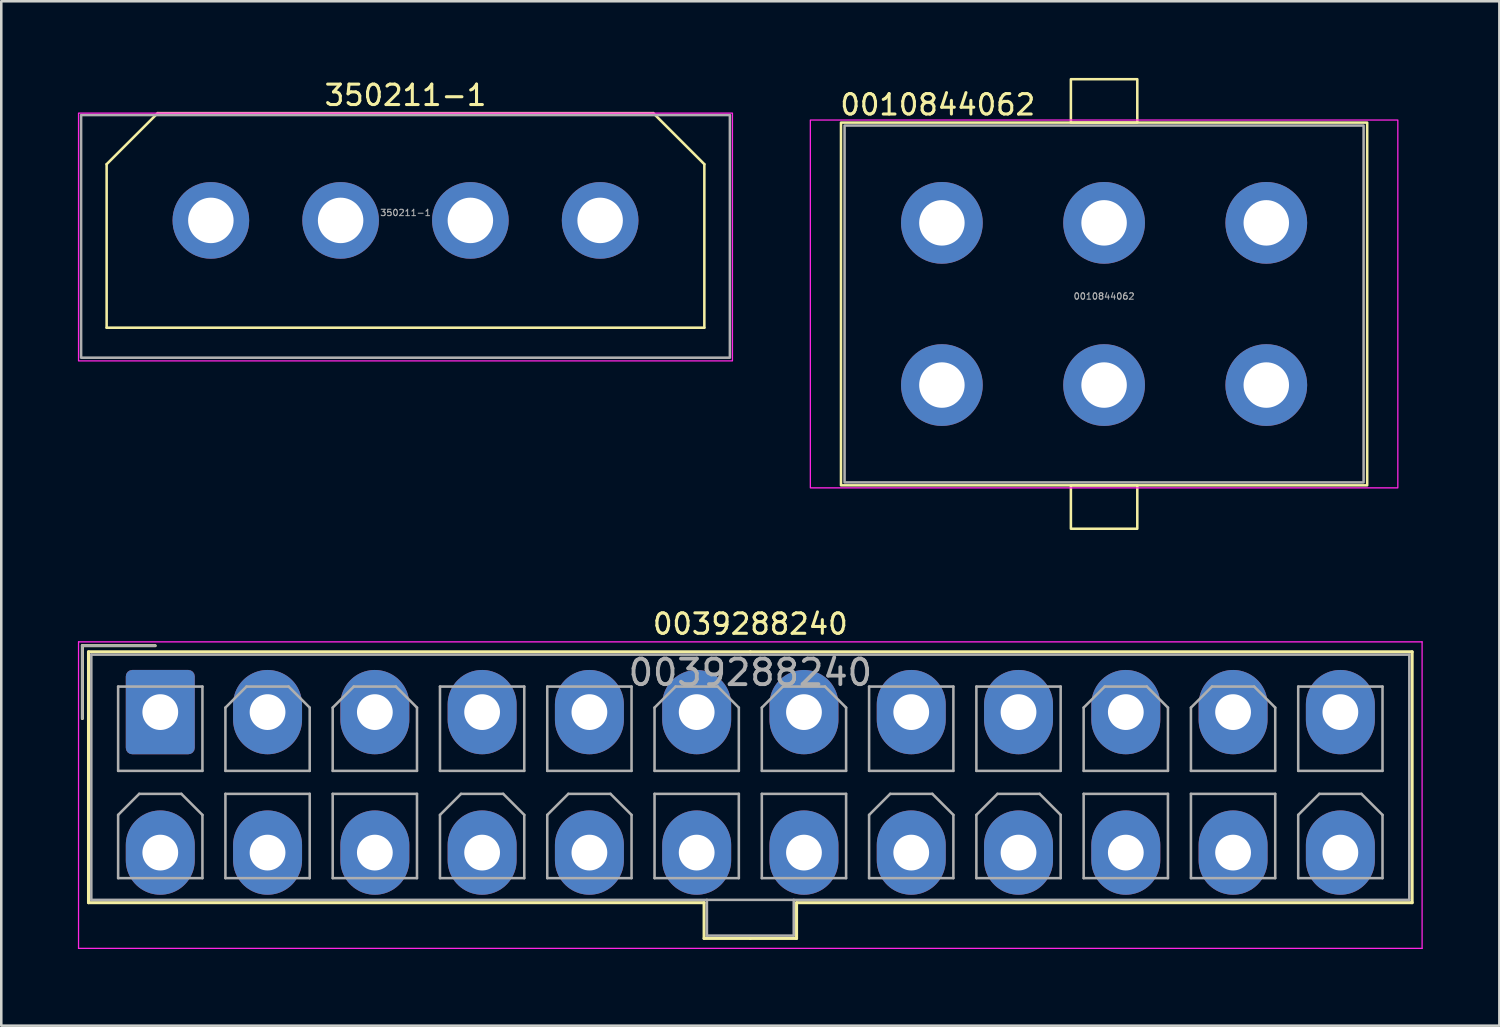
<source format=kicad_pcb>
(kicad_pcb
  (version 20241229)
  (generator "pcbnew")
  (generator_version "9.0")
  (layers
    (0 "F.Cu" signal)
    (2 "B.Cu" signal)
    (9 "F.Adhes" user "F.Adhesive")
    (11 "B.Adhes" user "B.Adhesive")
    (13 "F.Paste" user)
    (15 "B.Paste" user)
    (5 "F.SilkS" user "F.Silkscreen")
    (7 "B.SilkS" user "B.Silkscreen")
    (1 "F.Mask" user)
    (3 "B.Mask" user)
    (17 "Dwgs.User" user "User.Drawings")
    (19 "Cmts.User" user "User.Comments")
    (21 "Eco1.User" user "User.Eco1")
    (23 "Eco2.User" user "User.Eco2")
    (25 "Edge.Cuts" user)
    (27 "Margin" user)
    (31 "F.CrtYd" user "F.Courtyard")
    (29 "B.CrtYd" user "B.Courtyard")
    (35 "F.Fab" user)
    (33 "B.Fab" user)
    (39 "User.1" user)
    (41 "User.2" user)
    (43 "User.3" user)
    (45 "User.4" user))
  (footprint "0010844062"
    (layer "F.Cu")
    (at 40.175 8.85)
    (property "Reference" "0010844062" (at -10.4 -7.8 0) (unlocked yes) (layer "F.SilkS") (effects (font (size 0.8 0.8) (thickness 0.12)) (justify left)))
    (attr through_hole)
    (fp_rect (start -10.3 -7.1) (end 10.3 7.1) (stroke (width 0.1) (type default)) (fill no) (layer "F.SilkS"))
    (fp_rect (start -1.3 -8.8) (end 1.3 -7.1) (stroke (width 0.1) (type default)) (fill no) (layer "F.SilkS"))
    (fp_rect (start -1.3 7.1) (end 1.3 8.8) (stroke (width 0.1) (type default)) (fill no) (layer "F.SilkS"))
    (fp_rect (start -11.5 -7.2) (end 11.5 7.2) (stroke (width 0.05) (type default)) (fill no) (layer "F.CrtYd"))
    (fp_rect (start -10.16 -6.985) (end 10.16 6.985) (stroke (width 0.1) (type default)) (fill no) (layer "F.Fab"))
    (fp_text user "${REFERENCE}" (at 0 -0.3 0) (unlocked yes) (layer "F.Fab") (effects (font (size 0.25 0.25) (thickness 0.04))))
    (pad "1" thru_hole circle (at -6.35 3.175) (size 3.2 3.2) (drill 1.78) (layers "*.Cu" "*.Mask"))
    (pad "2" thru_hole circle (at -6.35 -3.175) (size 3.2 3.2) (drill 1.78) (layers "*.Cu" "*.Mask"))
    (pad "3" thru_hole circle (at 0 3.175) (size 3.2 3.2) (drill 1.78) (layers "*.Cu" "*.Mask"))
    (pad "4" thru_hole circle (at 0 -3.175) (size 3.2 3.2) (drill 1.78) (layers "*.Cu" "*.Mask"))
    (pad "5" thru_hole circle (at 6.35 3.175) (size 3.2 3.2) (drill 1.78) (layers "*.Cu" "*.Mask"))
    (pad "6" thru_hole circle (at 6.35 -3.175) (size 3.2 3.2) (drill 1.78) (layers "*.Cu" "*.Mask")))
  (footprint "0039288240"
    (layer "F.Cu")
    (at 3.225 24.829)
    (property "Reference" "0039288240" (at 23.1 -3.45 0) (layer "F.SilkS") (effects (font (size 0.8 0.8) (thickness 0.12))))
    (attr through_hole)
    (fp_line (start -3.05 -2.6) (end -3.05 0.25) (stroke (width 0.12) (type solid)) (layer "F.SilkS"))
    (fp_line (start -2.81 -2.36) (end -2.81 7.46) (stroke (width 0.12) (type solid)) (layer "F.SilkS"))
    (fp_line (start -2.81 7.46) (end 21.29 7.46) (stroke (width 0.12) (type solid)) (layer "F.SilkS"))
    (fp_line (start -0.2 -2.6) (end -3.05 -2.6) (stroke (width 0.12) (type solid)) (layer "F.SilkS"))
    (fp_line (start 21.29 7.46) (end 21.29 8.86) (stroke (width 0.12) (type solid)) (layer "F.SilkS"))
    (fp_line (start 21.29 8.86) (end 23.1 8.86) (stroke (width 0.12) (type solid)) (layer "F.SilkS"))
    (fp_line (start 23.1 -2.36) (end -2.81 -2.36) (stroke (width 0.12) (type solid)) (layer "F.SilkS"))
    (fp_line (start 23.1 -2.36) (end 49.01 -2.36) (stroke (width 0.12) (type solid)) (layer "F.SilkS"))
    (fp_line (start 24.91 7.46) (end 24.91 8.86) (stroke (width 0.12) (type solid)) (layer "F.SilkS"))
    (fp_line (start 24.91 8.86) (end 23.1 8.86) (stroke (width 0.12) (type solid)) (layer "F.SilkS"))
    (fp_line (start 49.01 -2.36) (end 49.01 7.46) (stroke (width 0.12) (type solid)) (layer "F.SilkS"))
    (fp_line (start 49.01 7.46) (end 24.91 7.46) (stroke (width 0.12) (type solid)) (layer "F.SilkS"))
    (fp_line (start -3.2 -2.75) (end -3.2 9.25) (stroke (width 0.05) (type solid)) (layer "F.CrtYd"))
    (fp_line (start -3.2 9.25) (end 49.4 9.25) (stroke (width 0.05) (type solid)) (layer "F.CrtYd"))
    (fp_line (start 49.4 -2.75) (end -3.2 -2.75) (stroke (width 0.05) (type solid)) (layer "F.CrtYd"))
    (fp_line (start 49.4 9.25) (end 49.4 -2.75) (stroke (width 0.05) (type solid)) (layer "F.CrtYd"))
    (fp_line (start -3.05 -2.6) (end -3.05 0.25) (stroke (width 0.1) (type solid)) (layer "F.Fab"))
    (fp_line (start -2.7 -2.25) (end -2.7 7.35) (stroke (width 0.1) (type solid)) (layer "F.Fab"))
    (fp_line (start -2.7 7.35) (end 48.9 7.35) (stroke (width 0.1) (type solid)) (layer "F.Fab"))
    (fp_line (start -1.65 -1) (end -1.65 2.3) (stroke (width 0.1) (type solid)) (layer "F.Fab"))
    (fp_line (start -1.65 2.3) (end 1.65 2.3) (stroke (width 0.1) (type solid)) (layer "F.Fab"))
    (fp_line (start -1.65 4.025) (end -0.825 3.2) (stroke (width 0.1) (type solid)) (layer "F.Fab"))
    (fp_line (start -1.65 6.5) (end -1.65 4.025) (stroke (width 0.1) (type solid)) (layer "F.Fab"))
    (fp_line (start -0.825 3.2) (end 0.825 3.2) (stroke (width 0.1) (type solid)) (layer "F.Fab"))
    (fp_line (start -0.2 -2.6) (end -3.05 -2.6) (stroke (width 0.1) (type solid)) (layer "F.Fab"))
    (fp_line (start 0.825 3.2) (end 1.65 4.025) (stroke (width 0.1) (type solid)) (layer "F.Fab"))
    (fp_line (start 1.65 -1) (end -1.65 -1) (stroke (width 0.1) (type solid)) (layer "F.Fab"))
    (fp_line (start 1.65 2.3) (end 1.65 -1) (stroke (width 0.1) (type solid)) (layer "F.Fab"))
    (fp_line (start 1.65 4.025) (end 1.65 6.5) (stroke (width 0.1) (type solid)) (layer "F.Fab"))
    (fp_line (start 1.65 6.5) (end -1.65 6.5) (stroke (width 0.1) (type solid)) (layer "F.Fab"))
    (fp_line (start 2.55 -0.175) (end 3.375 -1) (stroke (width 0.1) (type solid)) (layer "F.Fab"))
    (fp_line (start 2.55 2.3) (end 2.55 -0.175) (stroke (width 0.1) (type solid)) (layer "F.Fab"))
    (fp_line (start 2.55 3.2) (end 2.55 6.5) (stroke (width 0.1) (type solid)) (layer "F.Fab"))
    (fp_line (start 2.55 6.5) (end 5.85 6.5) (stroke (width 0.1) (type solid)) (layer "F.Fab"))
    (fp_line (start 3.375 -1) (end 5.025 -1) (stroke (width 0.1) (type solid)) (layer "F.Fab"))
    (fp_line (start 5.025 -1) (end 5.85 -0.175) (stroke (width 0.1) (type solid)) (layer "F.Fab"))
    (fp_line (start 5.85 -0.175) (end 5.85 2.3) (stroke (width 0.1) (type solid)) (layer "F.Fab"))
    (fp_line (start 5.85 2.3) (end 2.55 2.3) (stroke (width 0.1) (type solid)) (layer "F.Fab"))
    (fp_line (start 5.85 3.2) (end 2.55 3.2) (stroke (width 0.1) (type solid)) (layer "F.Fab"))
    (fp_line (start 5.85 6.5) (end 5.85 3.2) (stroke (width 0.1) (type solid)) (layer "F.Fab"))
    (fp_line (start 6.75 -0.175) (end 7.575 -1) (stroke (width 0.1) (type solid)) (layer "F.Fab"))
    (fp_line (start 6.75 2.3) (end 6.75 -0.175) (stroke (width 0.1) (type solid)) (layer "F.Fab"))
    (fp_line (start 6.75 3.2) (end 6.75 6.5) (stroke (width 0.1) (type solid)) (layer "F.Fab"))
    (fp_line (start 6.75 6.5) (end 10.05 6.5) (stroke (width 0.1) (type solid)) (layer "F.Fab"))
    (fp_line (start 7.575 -1) (end 9.225 -1) (stroke (width 0.1) (type solid)) (layer "F.Fab"))
    (fp_line (start 9.225 -1) (end 10.05 -0.175) (stroke (width 0.1) (type solid)) (layer "F.Fab"))
    (fp_line (start 10.05 -0.175) (end 10.05 2.3) (stroke (width 0.1) (type solid)) (layer "F.Fab"))
    (fp_line (start 10.05 2.3) (end 6.75 2.3) (stroke (width 0.1) (type solid)) (layer "F.Fab"))
    (fp_line (start 10.05 3.2) (end 6.75 3.2) (stroke (width 0.1) (type solid)) (layer "F.Fab"))
    (fp_line (start 10.05 6.5) (end 10.05 3.2) (stroke (width 0.1) (type solid)) (layer "F.Fab"))
    (fp_line (start 10.95 -1) (end 10.95 2.3) (stroke (width 0.1) (type solid)) (layer "F.Fab"))
    (fp_line (start 10.95 2.3) (end 14.25 2.3) (stroke (width 0.1) (type solid)) (layer "F.Fab"))
    (fp_line (start 10.95 4.025) (end 11.775 3.2) (stroke (width 0.1) (type solid)) (layer "F.Fab"))
    (fp_line (start 10.95 6.5) (end 10.95 4.025) (stroke (width 0.1) (type solid)) (layer "F.Fab"))
    (fp_line (start 11.775 3.2) (end 13.425 3.2) (stroke (width 0.1) (type solid)) (layer "F.Fab"))
    (fp_line (start 13.425 3.2) (end 14.25 4.025) (stroke (width 0.1) (type solid)) (layer "F.Fab"))
    (fp_line (start 14.25 -1) (end 10.95 -1) (stroke (width 0.1) (type solid)) (layer "F.Fab"))
    (fp_line (start 14.25 2.3) (end 14.25 -1) (stroke (width 0.1) (type solid)) (layer "F.Fab"))
    (fp_line (start 14.25 4.025) (end 14.25 6.5) (stroke (width 0.1) (type solid)) (layer "F.Fab"))
    (fp_line (start 14.25 6.5) (end 10.95 6.5) (stroke (width 0.1) (type solid)) (layer "F.Fab"))
    (fp_line (start 15.15 -1) (end 15.15 2.3) (stroke (width 0.1) (type solid)) (layer "F.Fab"))
    (fp_line (start 15.15 2.3) (end 18.45 2.3) (stroke (width 0.1) (type solid)) (layer "F.Fab"))
    (fp_line (start 15.15 4.025) (end 15.975 3.2) (stroke (width 0.1) (type solid)) (layer "F.Fab"))
    (fp_line (start 15.15 6.5) (end 15.15 4.025) (stroke (width 0.1) (type solid)) (layer "F.Fab"))
    (fp_line (start 15.975 3.2) (end 17.625 3.2) (stroke (width 0.1) (type solid)) (layer "F.Fab"))
    (fp_line (start 17.625 3.2) (end 18.45 4.025) (stroke (width 0.1) (type solid)) (layer "F.Fab"))
    (fp_line (start 18.45 -1) (end 15.15 -1) (stroke (width 0.1) (type solid)) (layer "F.Fab"))
    (fp_line (start 18.45 2.3) (end 18.45 -1) (stroke (width 0.1) (type solid)) (layer "F.Fab"))
    (fp_line (start 18.45 4.025) (end 18.45 6.5) (stroke (width 0.1) (type solid)) (layer "F.Fab"))
    (fp_line (start 18.45 6.5) (end 15.15 6.5) (stroke (width 0.1) (type solid)) (layer "F.Fab"))
    (fp_line (start 19.35 -0.175) (end 20.175 -1) (stroke (width 0.1) (type solid)) (layer "F.Fab"))
    (fp_line (start 19.35 2.3) (end 19.35 -0.175) (stroke (width 0.1) (type solid)) (layer "F.Fab"))
    (fp_line (start 19.35 3.2) (end 19.35 6.5) (stroke (width 0.1) (type solid)) (layer "F.Fab"))
    (fp_line (start 19.35 6.5) (end 22.65 6.5) (stroke (width 0.1) (type solid)) (layer "F.Fab"))
    (fp_line (start 20.175 -1) (end 21.825 -1) (stroke (width 0.1) (type solid)) (layer "F.Fab"))
    (fp_line (start 21.4 7.35) (end 21.4 8.75) (stroke (width 0.1) (type solid)) (layer "F.Fab"))
    (fp_line (start 21.4 8.75) (end 24.8 8.75) (stroke (width 0.1) (type solid)) (layer "F.Fab"))
    (fp_line (start 21.825 -1) (end 22.65 -0.175) (stroke (width 0.1) (type solid)) (layer "F.Fab"))
    (fp_line (start 22.65 -0.175) (end 22.65 2.3) (stroke (width 0.1) (type solid)) (layer "F.Fab"))
    (fp_line (start 22.65 2.3) (end 19.35 2.3) (stroke (width 0.1) (type solid)) (layer "F.Fab"))
    (fp_line (start 22.65 3.2) (end 19.35 3.2) (stroke (width 0.1) (type solid)) (layer "F.Fab"))
    (fp_line (start 22.65 6.5) (end 22.65 3.2) (stroke (width 0.1) (type solid)) (layer "F.Fab"))
    (fp_line (start 23.55 -0.175) (end 24.375 -1) (stroke (width 0.1) (type solid)) (layer "F.Fab"))
    (fp_line (start 23.55 2.3) (end 23.55 -0.175) (stroke (width 0.1) (type solid)) (layer "F.Fab"))
    (fp_line (start 23.55 3.2) (end 23.55 6.5) (stroke (width 0.1) (type solid)) (layer "F.Fab"))
    (fp_line (start 23.55 6.5) (end 26.85 6.5) (stroke (width 0.1) (type solid)) (layer "F.Fab"))
    (fp_line (start 24.375 -1) (end 26.025 -1) (stroke (width 0.1) (type solid)) (layer "F.Fab"))
    (fp_line (start 24.8 8.75) (end 24.8 7.35) (stroke (width 0.1) (type solid)) (layer "F.Fab"))
    (fp_line (start 26.025 -1) (end 26.85 -0.175) (stroke (width 0.1) (type solid)) (layer "F.Fab"))
    (fp_line (start 26.85 -0.175) (end 26.85 2.3) (stroke (width 0.1) (type solid)) (layer "F.Fab"))
    (fp_line (start 26.85 2.3) (end 23.55 2.3) (stroke (width 0.1) (type solid)) (layer "F.Fab"))
    (fp_line (start 26.85 3.2) (end 23.55 3.2) (stroke (width 0.1) (type solid)) (layer "F.Fab"))
    (fp_line (start 26.85 6.5) (end 26.85 3.2) (stroke (width 0.1) (type solid)) (layer "F.Fab"))
    (fp_line (start 27.75 -1) (end 27.75 2.3) (stroke (width 0.1) (type solid)) (layer "F.Fab"))
    (fp_line (start 27.75 2.3) (end 31.05 2.3) (stroke (width 0.1) (type solid)) (layer "F.Fab"))
    (fp_line (start 27.75 4.025) (end 28.575 3.2) (stroke (width 0.1) (type solid)) (layer "F.Fab"))
    (fp_line (start 27.75 6.5) (end 27.75 4.025) (stroke (width 0.1) (type solid)) (layer "F.Fab"))
    (fp_line (start 28.575 3.2) (end 30.225 3.2) (stroke (width 0.1) (type solid)) (layer "F.Fab"))
    (fp_line (start 30.225 3.2) (end 31.05 4.025) (stroke (width 0.1) (type solid)) (layer "F.Fab"))
    (fp_line (start 31.05 -1) (end 27.75 -1) (stroke (width 0.1) (type solid)) (layer "F.Fab"))
    (fp_line (start 31.05 2.3) (end 31.05 -1) (stroke (width 0.1) (type solid)) (layer "F.Fab"))
    (fp_line (start 31.05 4.025) (end 31.05 6.5) (stroke (width 0.1) (type solid)) (layer "F.Fab"))
    (fp_line (start 31.05 6.5) (end 27.75 6.5) (stroke (width 0.1) (type solid)) (layer "F.Fab"))
    (fp_line (start 31.95 -1) (end 31.95 2.3) (stroke (width 0.1) (type solid)) (layer "F.Fab"))
    (fp_line (start 31.95 2.3) (end 35.25 2.3) (stroke (width 0.1) (type solid)) (layer "F.Fab"))
    (fp_line (start 31.95 4.025) (end 32.775 3.2) (stroke (width 0.1) (type solid)) (layer "F.Fab"))
    (fp_line (start 31.95 6.5) (end 31.95 4.025) (stroke (width 0.1) (type solid)) (layer "F.Fab"))
    (fp_line (start 32.775 3.2) (end 34.425 3.2) (stroke (width 0.1) (type solid)) (layer "F.Fab"))
    (fp_line (start 34.425 3.2) (end 35.25 4.025) (stroke (width 0.1) (type solid)) (layer "F.Fab"))
    (fp_line (start 35.25 -1) (end 31.95 -1) (stroke (width 0.1) (type solid)) (layer "F.Fab"))
    (fp_line (start 35.25 2.3) (end 35.25 -1) (stroke (width 0.1) (type solid)) (layer "F.Fab"))
    (fp_line (start 35.25 4.025) (end 35.25 6.5) (stroke (width 0.1) (type solid)) (layer "F.Fab"))
    (fp_line (start 35.25 6.5) (end 31.95 6.5) (stroke (width 0.1) (type solid)) (layer "F.Fab"))
    (fp_line (start 36.15 -0.175) (end 36.975 -1) (stroke (width 0.1) (type solid)) (layer "F.Fab"))
    (fp_line (start 36.15 2.3) (end 36.15 -0.175) (stroke (width 0.1) (type solid)) (layer "F.Fab"))
    (fp_line (start 36.15 3.2) (end 36.15 6.5) (stroke (width 0.1) (type solid)) (layer "F.Fab"))
    (fp_line (start 36.15 6.5) (end 39.45 6.5) (stroke (width 0.1) (type solid)) (layer "F.Fab"))
    (fp_line (start 36.975 -1) (end 38.625 -1) (stroke (width 0.1) (type solid)) (layer "F.Fab"))
    (fp_line (start 38.625 -1) (end 39.45 -0.175) (stroke (width 0.1) (type solid)) (layer "F.Fab"))
    (fp_line (start 39.45 -0.175) (end 39.45 2.3) (stroke (width 0.1) (type solid)) (layer "F.Fab"))
    (fp_line (start 39.45 2.3) (end 36.15 2.3) (stroke (width 0.1) (type solid)) (layer "F.Fab"))
    (fp_line (start 39.45 3.2) (end 36.15 3.2) (stroke (width 0.1) (type solid)) (layer "F.Fab"))
    (fp_line (start 39.45 6.5) (end 39.45 3.2) (stroke (width 0.1) (type solid)) (layer "F.Fab"))
    (fp_line (start 40.35 -0.175) (end 41.175 -1) (stroke (width 0.1) (type solid)) (layer "F.Fab"))
    (fp_line (start 40.35 2.3) (end 40.35 -0.175) (stroke (width 0.1) (type solid)) (layer "F.Fab"))
    (fp_line (start 40.35 3.2) (end 40.35 6.5) (stroke (width 0.1) (type solid)) (layer "F.Fab"))
    (fp_line (start 40.35 6.5) (end 43.65 6.5) (stroke (width 0.1) (type solid)) (layer "F.Fab"))
    (fp_line (start 41.175 -1) (end 42.825 -1) (stroke (width 0.1) (type solid)) (layer "F.Fab"))
    (fp_line (start 42.825 -1) (end 43.65 -0.175) (stroke (width 0.1) (type solid)) (layer "F.Fab"))
    (fp_line (start 43.65 -0.175) (end 43.65 2.3) (stroke (width 0.1) (type solid)) (layer "F.Fab"))
    (fp_line (start 43.65 2.3) (end 40.35 2.3) (stroke (width 0.1) (type solid)) (layer "F.Fab"))
    (fp_line (start 43.65 3.2) (end 40.35 3.2) (stroke (width 0.1) (type solid)) (layer "F.Fab"))
    (fp_line (start 43.65 6.5) (end 43.65 3.2) (stroke (width 0.1) (type solid)) (layer "F.Fab"))
    (fp_line (start 44.55 -1) (end 44.55 2.3) (stroke (width 0.1) (type solid)) (layer "F.Fab"))
    (fp_line (start 44.55 2.3) (end 47.85 2.3) (stroke (width 0.1) (type solid)) (layer "F.Fab"))
    (fp_line (start 44.55 4.025) (end 45.375 3.2) (stroke (width 0.1) (type solid)) (layer "F.Fab"))
    (fp_line (start 44.55 6.5) (end 44.55 4.025) (stroke (width 0.1) (type solid)) (layer "F.Fab"))
    (fp_line (start 45.375 3.2) (end 47.025 3.2) (stroke (width 0.1) (type solid)) (layer "F.Fab"))
    (fp_line (start 47.025 3.2) (end 47.85 4.025) (stroke (width 0.1) (type solid)) (layer "F.Fab"))
    (fp_line (start 47.85 -1) (end 44.55 -1) (stroke (width 0.1) (type solid)) (layer "F.Fab"))
    (fp_line (start 47.85 2.3) (end 47.85 -1) (stroke (width 0.1) (type solid)) (layer "F.Fab"))
    (fp_line (start 47.85 4.025) (end 47.85 6.5) (stroke (width 0.1) (type solid)) (layer "F.Fab"))
    (fp_line (start 47.85 6.5) (end 44.55 6.5) (stroke (width 0.1) (type solid)) (layer "F.Fab"))
    (fp_line (start 48.9 -2.25) (end -2.7 -2.25) (stroke (width 0.1) (type solid)) (layer "F.Fab"))
    (fp_line (start 48.9 7.35) (end 48.9 -2.25) (stroke (width 0.1) (type solid)) (layer "F.Fab"))
    (fp_text user "${REFERENCE}" (at 23.1 -1.55 0) (layer "F.Fab") (effects (font (size 1 1) (thickness 0.15))))
    (pad "1" thru_hole roundrect (at 0 0) (size 2.7 3.3) (drill 1.4) (layers "*.Cu" "*.Mask") (roundrect_rratio 0.093))
    (pad "2" thru_hole oval (at 4.2 0) (size 2.7 3.3) (drill 1.4) (layers "*.Cu" "*.Mask"))
    (pad "3" thru_hole oval (at 8.4 0) (size 2.7 3.3) (drill 1.4) (layers "*.Cu" "*.Mask"))
    (pad "4" thru_hole oval (at 12.6 0) (size 2.7 3.3) (drill 1.4) (layers "*.Cu" "*.Mask"))
    (pad "5" thru_hole oval (at 16.8 0) (size 2.7 3.3) (drill 1.4) (layers "*.Cu" "*.Mask"))
    (pad "6" thru_hole oval (at 21 0) (size 2.7 3.3) (drill 1.4) (layers "*.Cu" "*.Mask"))
    (pad "7" thru_hole oval (at 25.2 0) (size 2.7 3.3) (drill 1.4) (layers "*.Cu" "*.Mask"))
    (pad "8" thru_hole oval (at 29.4 0) (size 2.7 3.3) (drill 1.4) (layers "*.Cu" "*.Mask"))
    (pad "9" thru_hole oval (at 33.6 0) (size 2.7 3.3) (drill 1.4) (layers "*.Cu" "*.Mask"))
    (pad "10" thru_hole oval (at 37.8 0) (size 2.7 3.3) (drill 1.4) (layers "*.Cu" "*.Mask"))
    (pad "11" thru_hole oval (at 42 0) (size 2.7 3.3) (drill 1.4) (layers "*.Cu" "*.Mask"))
    (pad "12" thru_hole oval (at 46.2 0) (size 2.7 3.3) (drill 1.4) (layers "*.Cu" "*.Mask"))
    (pad "13" thru_hole oval (at 0 5.5) (size 2.7 3.3) (drill 1.4) (layers "*.Cu" "*.Mask"))
    (pad "14" thru_hole oval (at 4.2 5.5) (size 2.7 3.3) (drill 1.4) (layers "*.Cu" "*.Mask"))
    (pad "15" thru_hole oval (at 8.4 5.5) (size 2.7 3.3) (drill 1.4) (layers "*.Cu" "*.Mask"))
    (pad "16" thru_hole oval (at 12.6 5.5) (size 2.7 3.3) (drill 1.4) (layers "*.Cu" "*.Mask"))
    (pad "17" thru_hole oval (at 16.8 5.5) (size 2.7 3.3) (drill 1.4) (layers "*.Cu" "*.Mask"))
    (pad "18" thru_hole oval (at 21 5.5) (size 2.7 3.3) (drill 1.4) (layers "*.Cu" "*.Mask"))
    (pad "19" thru_hole oval (at 25.2 5.5) (size 2.7 3.3) (drill 1.4) (layers "*.Cu" "*.Mask"))
    (pad "20" thru_hole oval (at 29.4 5.5) (size 2.7 3.3) (drill 1.4) (layers "*.Cu" "*.Mask"))
    (pad "21" thru_hole oval (at 33.6 5.5) (size 2.7 3.3) (drill 1.4) (layers "*.Cu" "*.Mask"))
    (pad "22" thru_hole oval (at 37.8 5.5) (size 2.7 3.3) (drill 1.4) (layers "*.Cu" "*.Mask"))
    (pad "23" thru_hole oval (at 42 5.5) (size 2.7 3.3) (drill 1.4) (layers "*.Cu" "*.Mask"))
    (pad "24" thru_hole oval (at 46.2 5.5) (size 2.7 3.3) (drill 1.4) (layers "*.Cu" "*.Mask")))
  (footprint "350211-1"
    (layer "F.Cu")
    (at 12.825 5.579)
    (property "Reference" "350211-1" (at 0 -4.9 0) (unlocked yes) (layer "F.SilkS") (effects (font (size 0.8 0.8) (thickness 0.12))))
    (attr through_hole)
    (fp_line (start -11.7 -2.2) (end -9.7 -4.2) (stroke (width 0.1) (type default)) (layer "F.SilkS"))
    (fp_line (start -11.7 4.2) (end -11.7 -2.2) (stroke (width 0.1) (type default)) (layer "F.SilkS"))
    (fp_line (start -9.7 -4.2) (end 9.7 -4.2) (stroke (width 0.1) (type default)) (layer "F.SilkS"))
    (fp_line (start 9.7 -4.2) (end 11.7 -2.2) (stroke (width 0.1) (type default)) (layer "F.SilkS"))
    (fp_line (start 11.7 -2.2) (end 11.7 4.2) (stroke (width 0.1) (type default)) (layer "F.SilkS"))
    (fp_line (start 11.7 4.2) (end -11.7 4.2) (stroke (width 0.1) (type default)) (layer "F.SilkS"))
    (fp_rect (start -12.8 -4.2) (end 12.8 5.5) (stroke (width 0.05) (type default)) (fill no) (layer "F.CrtYd"))
    (fp_rect (start -12.7 -4.125) (end 12.7 5.375) (stroke (width 0.1) (type default)) (fill no) (layer "F.Fab"))
    (fp_text user "${REFERENCE}" (at 0 -0.3 0) (unlocked yes) (layer "F.Fab") (effects (font (size 0.25 0.25) (thickness 0.04))))
    (pad "1" thru_hole circle (at -7.62 0) (size 3 3) (drill 1.78) (layers "*.Cu" "*.Mask"))
    (pad "2" thru_hole circle (at -2.54 0) (size 3 3) (drill 1.78) (layers "*.Cu" "*.Mask"))
    (pad "3" thru_hole circle (at 2.54 0) (size 3 3) (drill 1.78) (layers "*.Cu" "*.Mask"))
    (pad "4" thru_hole circle (at 7.62 0) (size 3 3) (drill 1.78) (layers "*.Cu" "*.Mask")))
  (gr_rect
    (start -3 -3)
    (end 55.65 37.104)
    (stroke (width 0.1) (type default))
    (fill no)
    (layer "Edge.Cuts")))
</source>
